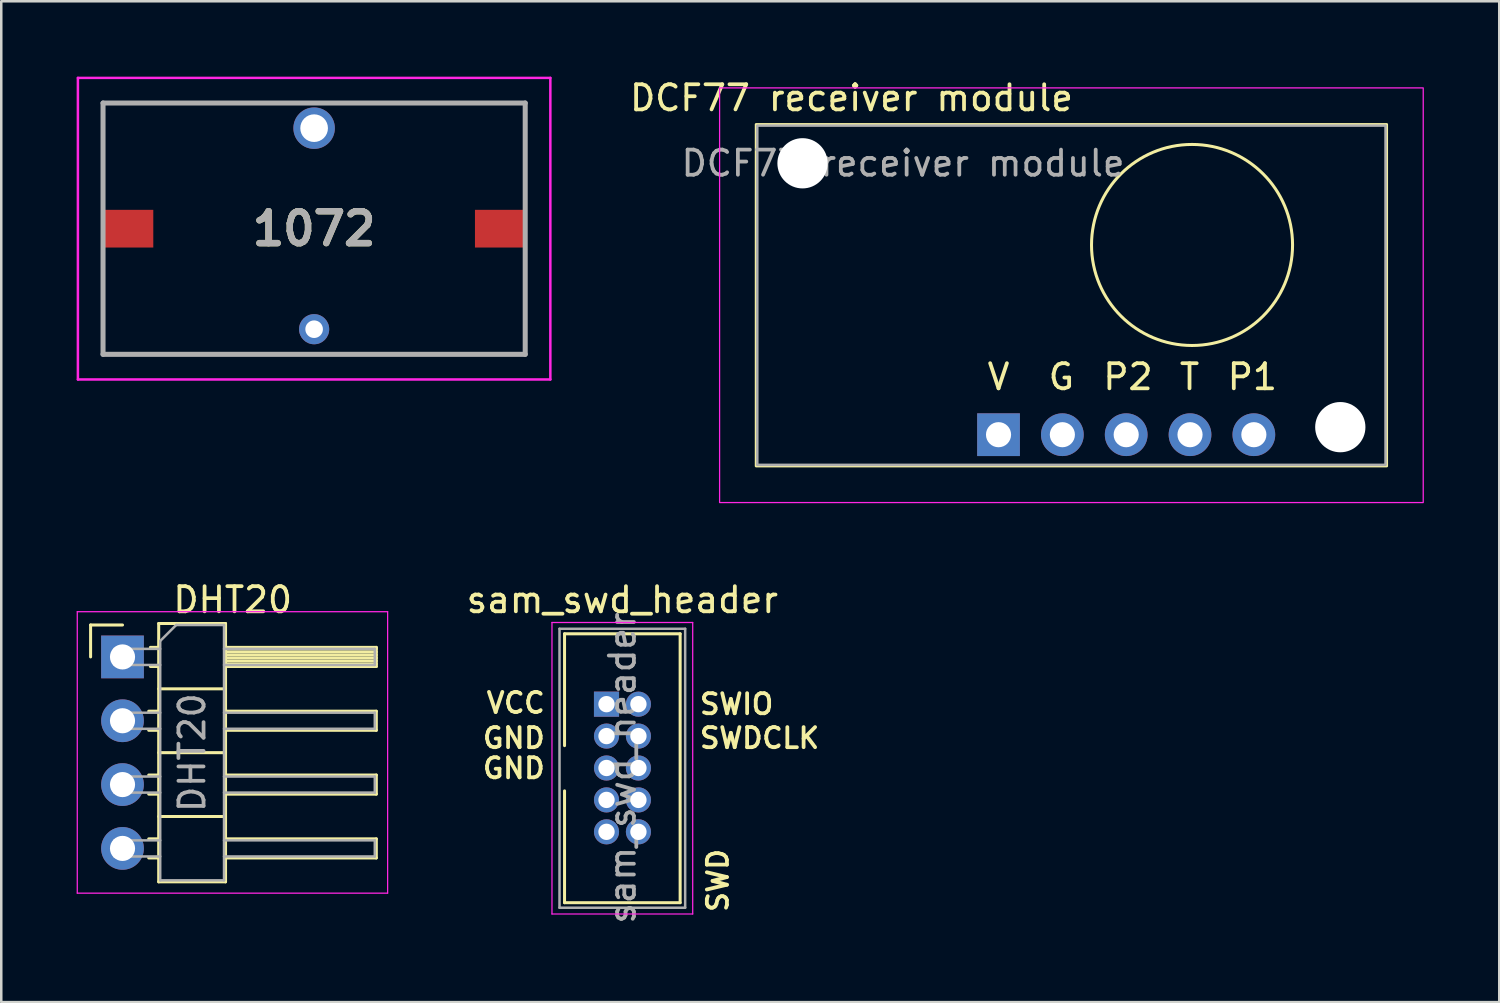
<source format=kicad_pcb>
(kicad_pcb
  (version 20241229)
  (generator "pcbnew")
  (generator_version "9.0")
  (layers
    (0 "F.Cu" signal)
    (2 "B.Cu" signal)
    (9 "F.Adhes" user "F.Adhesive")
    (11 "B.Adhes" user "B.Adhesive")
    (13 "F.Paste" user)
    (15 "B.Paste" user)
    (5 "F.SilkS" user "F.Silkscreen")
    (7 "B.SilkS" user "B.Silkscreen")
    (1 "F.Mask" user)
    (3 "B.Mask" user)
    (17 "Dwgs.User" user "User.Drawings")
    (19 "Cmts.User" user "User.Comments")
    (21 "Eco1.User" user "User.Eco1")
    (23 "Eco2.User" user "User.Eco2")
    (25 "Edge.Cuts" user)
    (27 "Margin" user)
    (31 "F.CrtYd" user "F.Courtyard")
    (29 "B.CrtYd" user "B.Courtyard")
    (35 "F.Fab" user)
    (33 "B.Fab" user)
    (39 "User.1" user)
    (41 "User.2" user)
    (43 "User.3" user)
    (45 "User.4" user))
  (footprint "DHT20"
    (layer "F.Cu")
    (at 1.825 23.091)
    (property "Reference" "DHT20" (at 4.385 -2.27 0) (layer "F.SilkS") (effects (font (size 1 1) (thickness 0.15))))
    (attr through_hole)
    (fp_line (start -1.27 -1.27) (end 0 -1.27) (stroke (width 0.12) (type solid)) (layer "F.SilkS"))
    (fp_line (start -1.27 0) (end -1.27 -1.27) (stroke (width 0.12) (type solid)) (layer "F.SilkS"))
    (fp_line (start 1.043 2.16) (end 1.44 2.16) (stroke (width 0.12) (type solid)) (layer "F.SilkS"))
    (fp_line (start 1.043 2.92) (end 1.44 2.92) (stroke (width 0.12) (type solid)) (layer "F.SilkS"))
    (fp_line (start 1.043 4.7) (end 1.44 4.7) (stroke (width 0.12) (type solid)) (layer "F.SilkS"))
    (fp_line (start 1.043 5.46) (end 1.44 5.46) (stroke (width 0.12) (type solid)) (layer "F.SilkS"))
    (fp_line (start 1.043 7.24) (end 1.44 7.24) (stroke (width 0.12) (type solid)) (layer "F.SilkS"))
    (fp_line (start 1.043 8) (end 1.44 8) (stroke (width 0.12) (type solid)) (layer "F.SilkS"))
    (fp_line (start 1.11 -0.38) (end 1.44 -0.38) (stroke (width 0.12) (type solid)) (layer "F.SilkS"))
    (fp_line (start 1.11 0.38) (end 1.44 0.38) (stroke (width 0.12) (type solid)) (layer "F.SilkS"))
    (fp_line (start 1.44 -1.33) (end 1.44 8.95) (stroke (width 0.12) (type solid)) (layer "F.SilkS"))
    (fp_line (start 1.44 1.27) (end 4.1 1.27) (stroke (width 0.12) (type solid)) (layer "F.SilkS"))
    (fp_line (start 1.44 3.81) (end 4.1 3.81) (stroke (width 0.12) (type solid)) (layer "F.SilkS"))
    (fp_line (start 1.44 6.35) (end 4.1 6.35) (stroke (width 0.12) (type solid)) (layer "F.SilkS"))
    (fp_line (start 1.44 8.95) (end 4.1 8.95) (stroke (width 0.12) (type solid)) (layer "F.SilkS"))
    (fp_line (start 4.1 -1.33) (end 1.44 -1.33) (stroke (width 0.12) (type solid)) (layer "F.SilkS"))
    (fp_line (start 4.1 -0.38) (end 10.1 -0.38) (stroke (width 0.12) (type solid)) (layer "F.SilkS"))
    (fp_line (start 4.1 -0.32) (end 10.1 -0.32) (stroke (width 0.12) (type solid)) (layer "F.SilkS"))
    (fp_line (start 4.1 -0.2) (end 10.1 -0.2) (stroke (width 0.12) (type solid)) (layer "F.SilkS"))
    (fp_line (start 4.1 -0.08) (end 10.1 -0.08) (stroke (width 0.12) (type solid)) (layer "F.SilkS"))
    (fp_line (start 4.1 0.04) (end 10.1 0.04) (stroke (width 0.12) (type solid)) (layer "F.SilkS"))
    (fp_line (start 4.1 0.16) (end 10.1 0.16) (stroke (width 0.12) (type solid)) (layer "F.SilkS"))
    (fp_line (start 4.1 0.28) (end 10.1 0.28) (stroke (width 0.12) (type solid)) (layer "F.SilkS"))
    (fp_line (start 4.1 2.16) (end 10.1 2.16) (stroke (width 0.12) (type solid)) (layer "F.SilkS"))
    (fp_line (start 4.1 4.7) (end 10.1 4.7) (stroke (width 0.12) (type solid)) (layer "F.SilkS"))
    (fp_line (start 4.1 7.24) (end 10.1 7.24) (stroke (width 0.12) (type solid)) (layer "F.SilkS"))
    (fp_line (start 4.1 8.95) (end 4.1 -1.33) (stroke (width 0.12) (type solid)) (layer "F.SilkS"))
    (fp_line (start 10.1 -0.38) (end 10.1 0.38) (stroke (width 0.12) (type solid)) (layer "F.SilkS"))
    (fp_line (start 10.1 0.38) (end 4.1 0.38) (stroke (width 0.12) (type solid)) (layer "F.SilkS"))
    (fp_line (start 10.1 2.16) (end 10.1 2.92) (stroke (width 0.12) (type solid)) (layer "F.SilkS"))
    (fp_line (start 10.1 2.92) (end 4.1 2.92) (stroke (width 0.12) (type solid)) (layer "F.SilkS"))
    (fp_line (start 10.1 4.7) (end 10.1 5.46) (stroke (width 0.12) (type solid)) (layer "F.SilkS"))
    (fp_line (start 10.1 5.46) (end 4.1 5.46) (stroke (width 0.12) (type solid)) (layer "F.SilkS"))
    (fp_line (start 10.1 7.24) (end 10.1 8) (stroke (width 0.12) (type solid)) (layer "F.SilkS"))
    (fp_line (start 10.1 8) (end 4.1 8) (stroke (width 0.12) (type solid)) (layer "F.SilkS"))
    (fp_line (start -1.8 -1.8) (end -1.8 9.4) (stroke (width 0.05) (type solid)) (layer "F.CrtYd"))
    (fp_line (start -1.8 9.4) (end 10.55 9.4) (stroke (width 0.05) (type solid)) (layer "F.CrtYd"))
    (fp_line (start 10.55 -1.8) (end -1.8 -1.8) (stroke (width 0.05) (type solid)) (layer "F.CrtYd"))
    (fp_line (start 10.55 9.4) (end 10.55 -1.8) (stroke (width 0.05) (type solid)) (layer "F.CrtYd"))
    (fp_line (start -0.32 -0.32) (end -0.32 0.32) (stroke (width 0.1) (type solid)) (layer "F.Fab"))
    (fp_line (start -0.32 -0.32) (end 1.5 -0.32) (stroke (width 0.1) (type solid)) (layer "F.Fab"))
    (fp_line (start -0.32 0.32) (end 1.5 0.32) (stroke (width 0.1) (type solid)) (layer "F.Fab"))
    (fp_line (start -0.32 2.22) (end -0.32 2.86) (stroke (width 0.1) (type solid)) (layer "F.Fab"))
    (fp_line (start -0.32 2.22) (end 1.5 2.22) (stroke (width 0.1) (type solid)) (layer "F.Fab"))
    (fp_line (start -0.32 2.86) (end 1.5 2.86) (stroke (width 0.1) (type solid)) (layer "F.Fab"))
    (fp_line (start -0.32 4.76) (end -0.32 5.4) (stroke (width 0.1) (type solid)) (layer "F.Fab"))
    (fp_line (start -0.32 4.76) (end 1.5 4.76) (stroke (width 0.1) (type solid)) (layer "F.Fab"))
    (fp_line (start -0.32 5.4) (end 1.5 5.4) (stroke (width 0.1) (type solid)) (layer "F.Fab"))
    (fp_line (start -0.32 7.3) (end -0.32 7.94) (stroke (width 0.1) (type solid)) (layer "F.Fab"))
    (fp_line (start -0.32 7.3) (end 1.5 7.3) (stroke (width 0.1) (type solid)) (layer "F.Fab"))
    (fp_line (start -0.32 7.94) (end 1.5 7.94) (stroke (width 0.1) (type solid)) (layer "F.Fab"))
    (fp_line (start 1.5 -0.635) (end 2.135 -1.27) (stroke (width 0.1) (type solid)) (layer "F.Fab"))
    (fp_line (start 1.5 8.89) (end 1.5 -0.635) (stroke (width 0.1) (type solid)) (layer "F.Fab"))
    (fp_line (start 2.135 -1.27) (end 4.04 -1.27) (stroke (width 0.1) (type solid)) (layer "F.Fab"))
    (fp_line (start 4.04 -1.27) (end 4.04 8.89) (stroke (width 0.1) (type solid)) (layer "F.Fab"))
    (fp_line (start 4.04 -0.32) (end 10.04 -0.32) (stroke (width 0.1) (type solid)) (layer "F.Fab"))
    (fp_line (start 4.04 0.32) (end 10.04 0.32) (stroke (width 0.1) (type solid)) (layer "F.Fab"))
    (fp_line (start 4.04 2.22) (end 10.04 2.22) (stroke (width 0.1) (type solid)) (layer "F.Fab"))
    (fp_line (start 4.04 2.86) (end 10.04 2.86) (stroke (width 0.1) (type solid)) (layer "F.Fab"))
    (fp_line (start 4.04 4.76) (end 10.04 4.76) (stroke (width 0.1) (type solid)) (layer "F.Fab"))
    (fp_line (start 4.04 5.4) (end 10.04 5.4) (stroke (width 0.1) (type solid)) (layer "F.Fab"))
    (fp_line (start 4.04 7.3) (end 10.04 7.3) (stroke (width 0.1) (type solid)) (layer "F.Fab"))
    (fp_line (start 4.04 7.94) (end 10.04 7.94) (stroke (width 0.1) (type solid)) (layer "F.Fab"))
    (fp_line (start 4.04 8.89) (end 1.5 8.89) (stroke (width 0.1) (type solid)) (layer "F.Fab"))
    (fp_line (start 10.04 -0.32) (end 10.04 0.32) (stroke (width 0.1) (type solid)) (layer "F.Fab"))
    (fp_line (start 10.04 2.22) (end 10.04 2.86) (stroke (width 0.1) (type solid)) (layer "F.Fab"))
    (fp_line (start 10.04 4.76) (end 10.04 5.4) (stroke (width 0.1) (type solid)) (layer "F.Fab"))
    (fp_line (start 10.04 7.3) (end 10.04 7.94) (stroke (width 0.1) (type solid)) (layer "F.Fab"))
    (fp_text user "${REFERENCE}" (at 2.77 3.81 90) (layer "F.Fab") (effects (font (size 1 1) (thickness 0.15))))
    (pad "1" thru_hole rect (at 0 0) (size 1.7 1.7) (drill 1) (layers "*.Cu" "*.Mask"))
    (pad "2" thru_hole oval (at 0 2.54) (size 1.7 1.7) (drill 1) (layers "*.Cu" "*.Mask"))
    (pad "3" thru_hole oval (at 0 5.08) (size 1.7 1.7) (drill 1) (layers "*.Cu" "*.Mask"))
    (pad "4" thru_hole oval (at 0 7.62) (size 1.7 1.7) (drill 1) (layers "*.Cu" "*.Mask")))
  (footprint "1072"
    (layer "F.Cu")
    (at 9.45 6.05)
    (property "Reference" "1072" (at 0 0 0) (layer "F.SilkS") (effects (font (size 1.27 1.27) (thickness 0.254))))
    (attr through_hole)
    (fp_line (start -8.4 -5) (end -8.4 -2) (stroke (width 0.1) (type solid)) (layer "F.SilkS"))
    (fp_line (start -8.4 2) (end -8.4 5) (stroke (width 0.1) (type solid)) (layer "F.SilkS"))
    (fp_line (start -8.4 5) (end 8.4 5) (stroke (width 0.1) (type solid)) (layer "F.SilkS"))
    (fp_line (start -3 -5) (end -8.4 -5) (stroke (width 0.1) (type solid)) (layer "F.SilkS"))
    (fp_line (start 8.4 -5) (end 2 -5) (stroke (width 0.1) (type solid)) (layer "F.SilkS"))
    (fp_line (start 8.4 -2) (end 8.4 -5) (stroke (width 0.1) (type solid)) (layer "F.SilkS"))
    (fp_line (start 8.4 5) (end 8.4 2) (stroke (width 0.1) (type solid)) (layer "F.SilkS"))
    (fp_line (start -9.4 -6) (end 9.4 -6) (stroke (width 0.1) (type solid)) (layer "F.CrtYd"))
    (fp_line (start -9.4 6) (end -9.4 -6) (stroke (width 0.1) (type solid)) (layer "F.CrtYd"))
    (fp_line (start 9.4 -6) (end 9.4 6) (stroke (width 0.1) (type solid)) (layer "F.CrtYd"))
    (fp_line (start 9.4 6) (end -9.4 6) (stroke (width 0.1) (type solid)) (layer "F.CrtYd"))
    (fp_line (start -8.4 -5) (end 8.4 -5) (stroke (width 0.2) (type solid)) (layer "F.Fab"))
    (fp_line (start -8.4 5) (end -8.4 -5) (stroke (width 0.2) (type solid)) (layer "F.Fab"))
    (fp_line (start 8.4 -5) (end 8.4 5) (stroke (width 0.2) (type solid)) (layer "F.Fab"))
    (fp_line (start 8.4 5) (end -8.4 5) (stroke (width 0.2) (type solid)) (layer "F.Fab"))
    (fp_text user "${REFERENCE}" (at 0 0 0) (layer "F.Fab") (effects (font (size 1.27 1.27) (thickness 0.254))))
    (pad "1" smd rect (at -7.4 0 90) (size 1.5 2) (layers "F.Cu" "F.Mask" "F.Paste"))
    (pad "2" smd rect (at 7.4 0 90) (size 1.5 2) (layers "F.Cu" "F.Mask" "F.Paste"))
    (pad "MH1" thru_hole circle (at 0 4) (size 1.2 1.2) (drill 0.7) (layers "*.Cu" "*.Mask"))
    (pad "MH2" thru_hole circle (at 0 -4) (size 1.65 1.65) (drill 1.1) (layers "*.Cu" "*.Mask")))
  (footprint "DCF77 receiver module"
    (layer "F.Cu")
    (at 27.085 1.948)
    (property "Reference" "DCF77 receiver module" (at 3.75 -1.1 0) (layer "F.SilkS") (effects (font (size 1 1) (thickness 0.15))))
    (attr through_hole)
    (fp_rect (start -0.05 -0.05) (end 25.05 13.55) (stroke (width 0.1) (type solid)) (fill no) (layer "F.SilkS"))
    (fp_circle (center 17.3 4.75) (end 21.3 4.75) (stroke (width 0.12) (type solid)) (fill no) (layer "F.SilkS"))
    (fp_rect (start -1.5 -1.5) (end 26.5 15) (stroke (width 0.05) (type solid)) (fill no) (layer "F.CrtYd"))
    (fp_rect (start 0 0) (end 25 13.5) (stroke (width 0.1) (type solid)) (fill no) (layer "F.Fab"))
    (fp_text user "P1" (at 19.7 10 0) (unlocked yes) (layer "F.SilkS") (effects (font (size 1 1) (thickness 0.15))))
    (fp_text user "G" (at 12.1 10 0) (unlocked yes) (layer "F.SilkS") (effects (font (size 1 1) (thickness 0.15))))
    (fp_text user "P2" (at 14.75 10 0) (unlocked yes) (layer "F.SilkS") (effects (font (size 1 1) (thickness 0.15))))
    (fp_text user "T" (at 17.2 10 0) (unlocked yes) (layer "F.SilkS") (effects (font (size 1 1) (thickness 0.15))))
    (fp_text user "V" (at 9.6 10 0) (unlocked yes) (layer "F.SilkS") (effects (font (size 1 1) (thickness 0.15))))
    (fp_text user "${REFERENCE}" (at 5.8 1.5 180) (layer "F.Fab") (effects (font (size 1 1) (thickness 0.15))))
    (pad "" np_thru_hole circle (at 1.8 1.5) (size 2 2) (drill 2) (layers "*.Cu" "*.Mask"))
    (pad "" np_thru_hole circle (at 23.2 12) (size 2 2) (drill 2) (layers "*.Cu" "*.Mask"))
    (pad "1" thru_hole rect (at 9.6 12.3 90) (size 1.7 1.7) (drill 1) (layers "*.Cu" "*.Mask"))
    (pad "2" thru_hole oval (at 12.14 12.3 90) (size 1.7 1.7) (drill 1) (layers "*.Cu" "*.Mask"))
    (pad "3" thru_hole oval (at 14.68 12.3 90) (size 1.7 1.7) (drill 1) (layers "*.Cu" "*.Mask"))
    (pad "4" thru_hole oval (at 17.22 12.3 90) (size 1.7 1.7) (drill 1) (layers "*.Cu" "*.Mask"))
    (pad "5" thru_hole oval (at 19.76 12.3 90) (size 1.7 1.7) (drill 1) (layers "*.Cu" "*.Mask")))
  (footprint "sam_swd_header"
    (layer "F.Cu")
    (at 21.715 27.521)
    (property "Reference" "sam_swd_header" (at 0 -6.7 0) (layer "F.SilkS") (effects (font (size 1 1) (thickness 0.15))))
    (attr through_hole)
    (fp_line (start -2.3 -5.35) (end 2.3 -5.35) (stroke (width 0.12) (type solid)) (layer "F.SilkS"))
    (fp_line (start -2.3 -0.9) (end -2.3 -5.35) (stroke (width 0.12) (type solid)) (layer "F.SilkS"))
    (fp_line (start -2.3 0.9) (end -2.3 5.35) (stroke (width 0.12) (type solid)) (layer "F.SilkS"))
    (fp_line (start -2.3 5.35) (end 2.3 5.35) (stroke (width 0.12) (type solid)) (layer "F.SilkS"))
    (fp_line (start 2.3 -5.35) (end 2.3 5.35) (stroke (width 0.12) (type solid)) (layer "F.SilkS"))
    (fp_line (start -2.8 -5.8) (end -2.8 5.8) (stroke (width 0.05) (type solid)) (layer "F.CrtYd"))
    (fp_line (start -2.8 5.8) (end 2.8 5.8) (stroke (width 0.05) (type solid)) (layer "F.CrtYd"))
    (fp_line (start 2.8 -5.8) (end -2.8 -5.8) (stroke (width 0.05) (type solid)) (layer "F.CrtYd"))
    (fp_line (start 2.8 5.8) (end 2.8 -5.8) (stroke (width 0.05) (type solid)) (layer "F.CrtYd"))
    (fp_line (start -2.5 -5.55) (end 2.5 -5.55) (stroke (width 0.1) (type solid)) (layer "F.Fab"))
    (fp_line (start -2.5 5.55) (end -2.5 -5.55) (stroke (width 0.1) (type solid)) (layer "F.Fab"))
    (fp_line (start 2.5 -5.55) (end 2.5 5.55) (stroke (width 0.1) (type solid)) (layer "F.Fab"))
    (fp_line (start 2.5 5.55) (end -2.5 5.55) (stroke (width 0.1) (type solid)) (layer "F.Fab"))
    (fp_text user "GND" (at -3 -1.2 0) (unlocked yes) (layer "F.SilkS") (effects (font (size 0.8 0.8) (thickness 0.15)) (justify right)))
    (fp_text user "SWD" (at 3.8 5.8 90) (unlocked yes) (layer "F.SilkS") (effects (font (size 0.8 0.8) (thickness 0.15)) (justify left)))
    (fp_text user "GND" (at -3 0 0) (unlocked yes) (layer "F.SilkS") (effects (font (size 0.8 0.8) (thickness 0.15)) (justify right)))
    (fp_text user "SWIO" (at 3 -2.55 0) (unlocked yes) (layer "F.SilkS") (effects (font (size 0.8 0.8) (thickness 0.15)) (justify left)))
    (fp_text user "SWDCLK" (at 3 -1.2 0) (unlocked yes) (layer "F.SilkS") (effects (font (size 0.8 0.8) (thickness 0.15)) (justify left)))
    (fp_text user "VCC" (at -3 -2.6 0) (unlocked yes) (layer "F.SilkS") (effects (font (size 0.8 0.8) (thickness 0.15)) (justify right)))
    (fp_text user "${REFERENCE}" (at 0.005 -0.01 90) (layer "F.Fab") (effects (font (size 1 1) (thickness 0.15))))
    (pad "1" thru_hole rect (at -0.63 -2.55) (size 1 1) (drill 0.65) (layers "*.Cu" "*.Mask"))
    (pad "2" thru_hole oval (at 0.64 -2.55) (size 1 1) (drill 0.65) (layers "*.Cu" "*.Mask"))
    (pad "3" thru_hole oval (at -0.63 -1.28) (size 1 1) (drill 0.65) (layers "*.Cu" "*.Mask"))
    (pad "4" thru_hole oval (at 0.64 -1.28) (size 1 1) (drill 0.65) (layers "*.Cu" "*.Mask"))
    (pad "5" thru_hole oval (at -0.63 -0.01) (size 1 1) (drill 0.65) (layers "*.Cu" "*.Mask"))
    (pad "6" thru_hole oval (at 0.64 -0.01) (size 1 1) (drill 0.65) (layers "*.Cu" "*.Mask"))
    (pad "7" thru_hole oval (at -0.63 1.26) (size 1 1) (drill 0.65) (layers "*.Cu" "*.Mask"))
    (pad "8" thru_hole oval (at 0.64 1.26) (size 1 1) (drill 0.65) (layers "*.Cu" "*.Mask"))
    (pad "9" thru_hole oval (at -0.63 2.53) (size 1 1) (drill 0.65) (layers "*.Cu" "*.Mask"))
    (pad "10" thru_hole oval (at 0.64 2.53) (size 1 1) (drill 0.65) (layers "*.Cu" "*.Mask")))
  (gr_rect
    (start -3 -3)
    (end 56.61 36.827)
    (stroke (width 0.1) (type default))
    (fill no)
    (layer "Edge.Cuts")))
</source>
